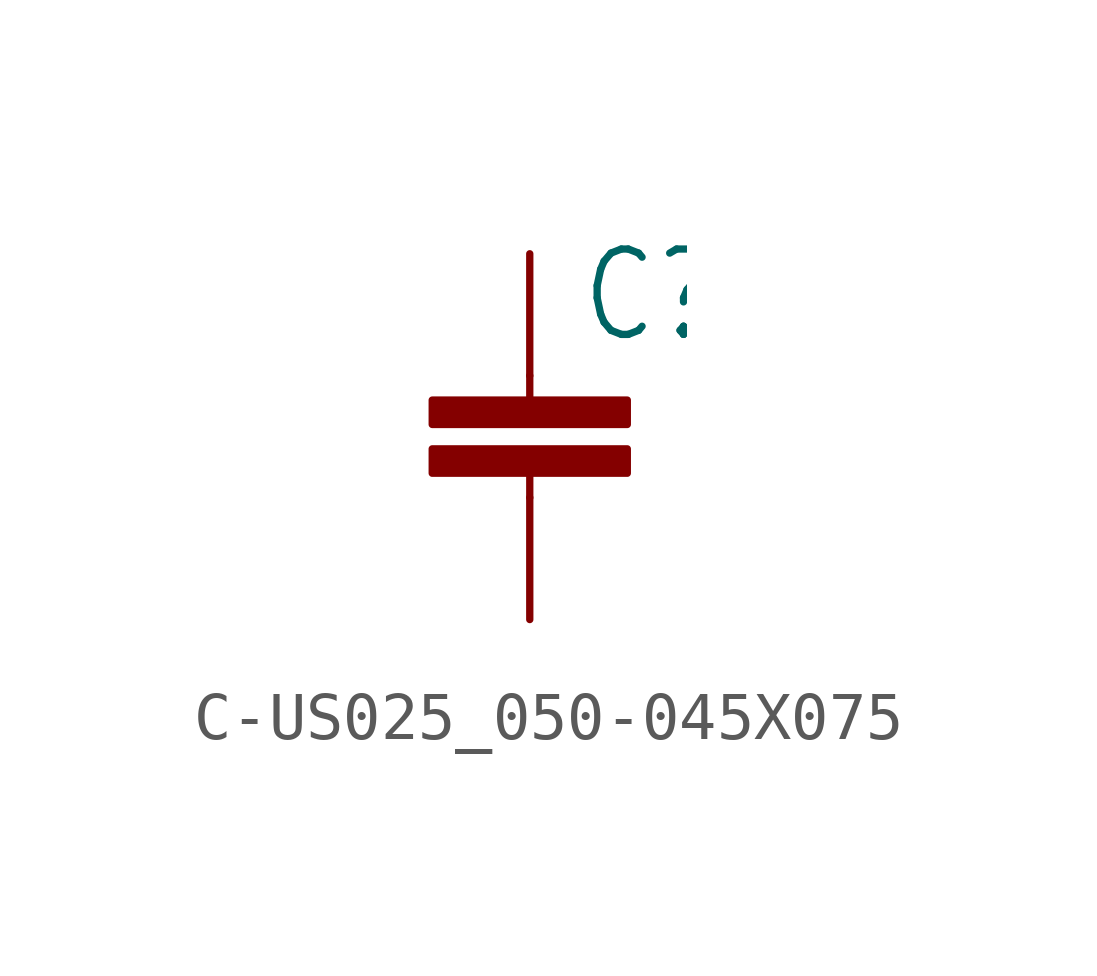
<source format=kicad_sym>
(kicad_symbol_lib
  (version 20231120)
  (generator "kicad_symbol_editor")
  (generator_version "8.99")
  (symbol "C-US025_050-045X075"
    (property "Reference" "C"
      (at 1.016 0.635 0)
      (effects (font (size 1.778 1.511)) (justify left bottom)))
    (property "Value" ""
      (at 1.016 -4.191 0)
      (effects (font (size 1.778 1.511)) (justify left bottom)))
    (property "ki_locked" ""
      (at 0 0 0)
      (effects (font (size 1.27 1.27))))
    (symbol "C-US025_050-045X075_1_0"
      (rectangle (start -2.032 -2.032) (end 2.032 -1.524) (stroke (width 0) (type default)) (fill (type outline)))
      (rectangle (start -2.032 -1.016) (end 2.032 -0.508) (stroke (width 0) (type default)) (fill (type outline)))
      (polyline (pts (xy 0 -2.54) (xy 0 -2.032)) (stroke (width 0.152) (type solid)) (fill (type none)))
      (polyline (pts (xy 0 0) (xy 0 -0.508)) (stroke (width 0.152) (type solid)) (fill (type none)))
      (pin passive line (at 0 2.54 270) (length 2.54) (name "1" (effects (font (size 0 0)))) (number "1" (effects (font (size 0 0)))))
      (pin passive line (at 0 -5.08 90) (length 2.54) (name "2" (effects (font (size 0 0)))) (number "2" (effects (font (size 0 0))))))))
</source>
